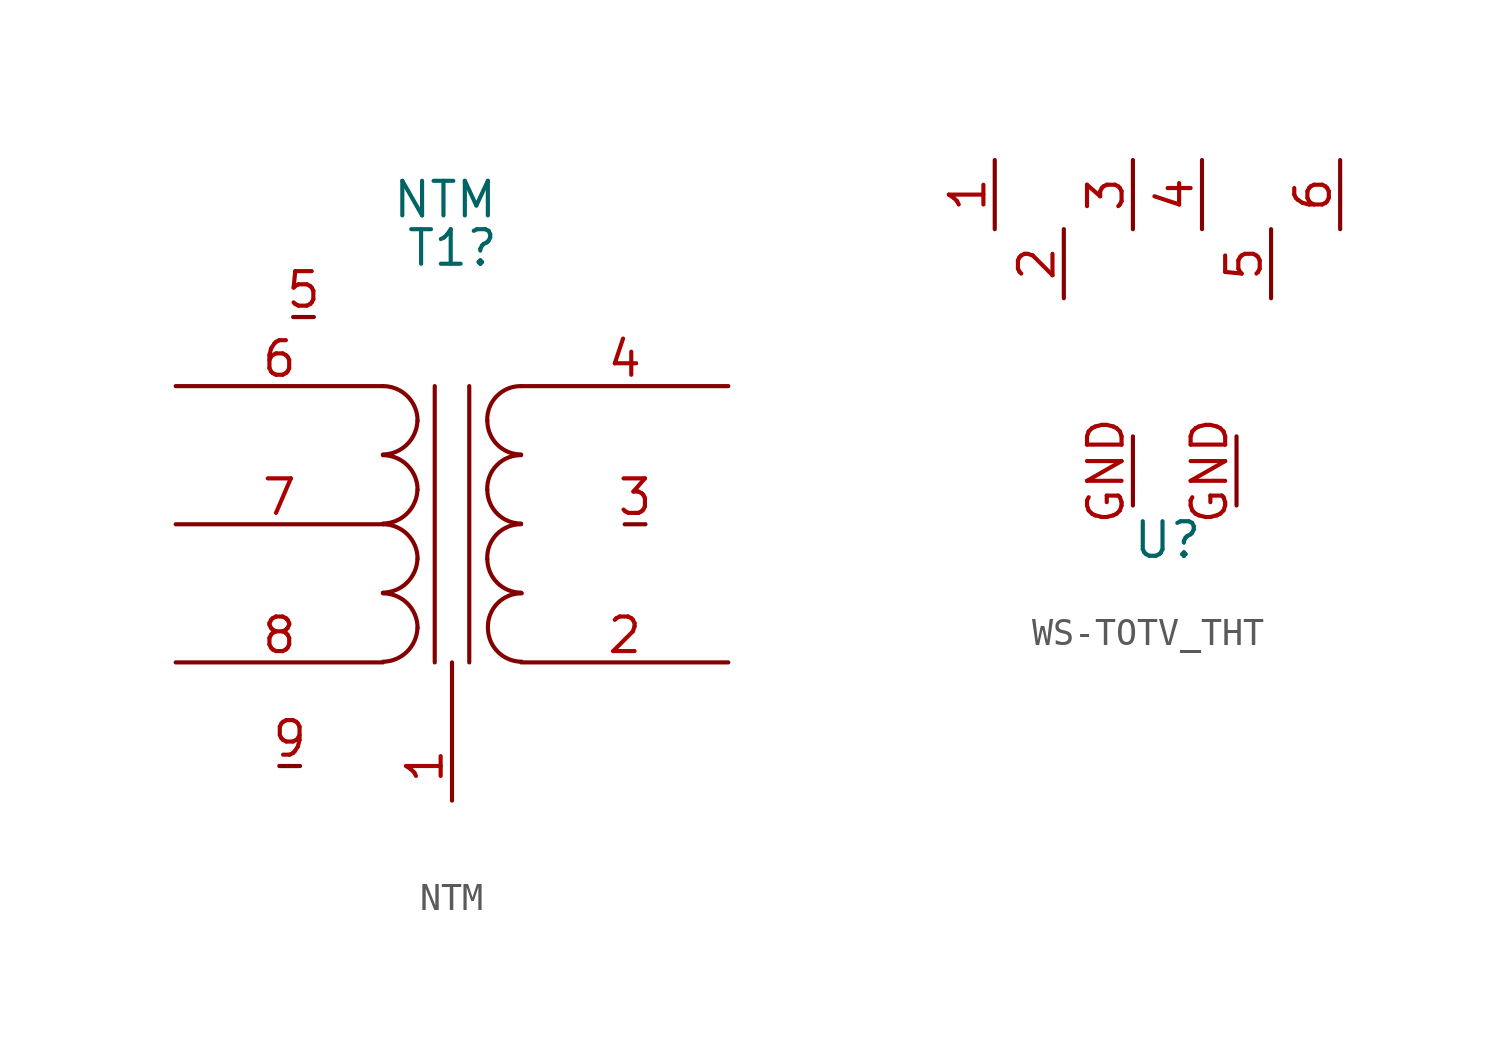
<source format=kicad_sym>
(kicad_symbol_lib
  (version 20231120)
  (generator "kicad_symbol_editor")
  (generator_version "8.0")
  (symbol "NTM"
    (pin_names
      (offset 1.016) hide)
    (property "Reference" "T1"
      (at 0.013 10.16 0)
      (effects (font (size 1.27 1.27))))
    (property "Value" "NTM"
      (at -0.254 11.938 0)
      (effects (font (size 1.27 1.27))))
    (symbol "NTM_0_1"
      (arc (start -2.54 -5.0546) (mid -1.6599 -4.6901) (end -1.27 -3.81) (stroke (width 0) (type default)) (fill (type none)))
      (arc (start -2.54 -2.5146) (mid -1.6599 -2.1501) (end -1.27 -1.27) (stroke (width 0) (type default)) (fill (type none)))
      (arc (start -2.54 0.0254) (mid -1.6599 0.3899) (end -1.27 1.27) (stroke (width 0) (type default)) (fill (type none)))
      (arc (start -2.54 2.5654) (mid -1.6599 2.9299) (end -1.27 3.81) (stroke (width 0) (type default)) (fill (type none)))
      (arc (start -1.27 -3.81) (mid -1.642 -2.912) (end -2.54 -2.54) (stroke (width 0) (type default)) (fill (type none)))
      (arc (start -1.27 -1.27) (mid -1.642 -0.372) (end -2.54 0) (stroke (width 0) (type default)) (fill (type none)))
      (arc (start -1.27 1.27) (mid -1.642 2.168) (end -2.54 2.54) (stroke (width 0) (type default)) (fill (type none)))
      (arc (start -1.27 3.81) (mid -1.642 4.708) (end -2.54 5.08) (stroke (width 0) (type default)) (fill (type none)))
      (polyline (pts (xy -0.635 5.08) (xy -0.635 -5.08)) (stroke (width 0) (type default)) (fill (type none)))
      (polyline (pts (xy 0.635 -5.08) (xy 0.635 5.08)) (stroke (width 0) (type default)) (fill (type none)))
      (polyline (pts (xy 0 -5.08) (xy 0 -6.35) (xy 0 -7.62)) (stroke (width 0) (type default)) (fill (type none)))
      (arc (start 1.2954 -1.27) (mid 1.6599 -2.1501) (end 2.54 -2.5146) (stroke (width 0) (type default)) (fill (type none)))
      (arc (start 1.2954 1.27) (mid 1.6599 0.3899) (end 2.54 0.0254) (stroke (width 0) (type default)) (fill (type none)))
      (arc (start 1.2954 3.81) (mid 1.6599 2.9299) (end 2.54 2.5654) (stroke (width 0) (type default)) (fill (type none)))
      (arc (start 1.3208 -3.81) (mid 1.6853 -4.6901) (end 2.5654 -5.0546) (stroke (width 0) (type default)) (fill (type none)))
      (arc (start 2.54 0) (mid 1.642 -0.372) (end 1.2954 -1.27) (stroke (width 0) (type default)) (fill (type none)))
      (arc (start 2.54 2.54) (mid 1.642 2.168) (end 1.2954 1.27) (stroke (width 0) (type default)) (fill (type none)))
      (arc (start 2.54 5.08) (mid 1.642 4.708) (end 1.2954 3.81) (stroke (width 0) (type default)) (fill (type none)))
      (arc (start 2.5654 -2.54) (mid 1.6674 -2.912) (end 1.3208 -3.81) (stroke (width 0) (type default)) (fill (type none))))
    (symbol "NTM_1_1"
      (pin passive line (at 0 -10.16 90) (length 2.54) (name "" (effects (font (size 1.27 1.27)))) (number "1" (effects (font (size 1.27 1.27)))))
      (pin passive line (at 10.16 -5.08 180) (length 7.62) (name "S1" (effects (font (size 1.27 1.27)))) (number "2" (effects (font (size 1.27 1.27)))))
      (pin passive line (at 7.112 0 180) (length 0.762) (name "SO1" (effects (font (size 1.27 1.27)))) (number "3" (effects (font (size 1.27 1.27)))))
      (pin passive line (at 10.16 5.08 180) (length 7.62) (name "S2" (effects (font (size 1.27 1.27)))) (number "4" (effects (font (size 1.27 1.27)))))
      (pin passive line (at -5.842 7.62 0) (length 0.762) (name "SO2" (effects (font (size 1.27 1.27)))) (number "5" (effects (font (size 1.27 1.27)))))
      (pin passive line (at -10.16 5.08 0) (length 7.62) (name "PR1" (effects (font (size 1.27 1.27)))) (number "6" (effects (font (size 1.27 1.27)))))
      (pin passive line (at -10.16 0 0) (length 7.62) (name "PM" (effects (font (size 1.27 1.27)))) (number "7" (effects (font (size 1.27 1.27)))))
      (pin passive line (at -10.16 -5.08 0) (length 7.62) (name "PR2" (effects (font (size 1.27 1.27)))) (number "8" (effects (font (size 1.27 1.27)))))
      (pin passive line (at -6.35 -8.89 0) (length 0.762) (name "SO3" (effects (font (size 1.27 1.27)))) (number "9" (effects (font (size 1.27 1.27)))))))
  (symbol "WS-TOTV_THT"
    (property "Reference" "U"
      (at 0 -5.08 0)
      (effects (font (size 1.27 1.27))))
    (property "Value" ""
      (at 0 -5.08 0)
      (effects (font (size 1.27 1.27))))
    (symbol "WS-TOTV_THT_1_1"
      (pin passive line (at -6.35 8.89 270) (length 2.54) (name "" (effects (font (size 1.27 1.27)))) (number "1" (effects (font (size 1.27 1.27)))))
      (pin input line (at -3.81 3.81 90) (length 2.54) (name "" (effects (font (size 1.27 1.27)))) (number "2" (effects (font (size 1.27 1.27)))))
      (pin passive line (at -1.27 8.89 270) (length 2.54) (name "" (effects (font (size 1.27 1.27)))) (number "3" (effects (font (size 1.27 1.27)))))
      (pin passive line (at 1.27 8.89 270) (length 2.54) (name "" (effects (font (size 1.27 1.27)))) (number "4" (effects (font (size 1.27 1.27)))))
      (pin input line (at 3.81 3.81 90) (length 2.54) (name "" (effects (font (size 1.27 1.27)))) (number "5" (effects (font (size 1.27 1.27)))))
      (pin passive line (at 6.35 8.89 270) (length 2.54) (name "" (effects (font (size 1.27 1.27)))) (number "6" (effects (font (size 1.27 1.27)))))
      (pin passive line (at -1.27 -3.81 90) (length 2.54) (name "" (effects (font (size 1.27 1.27)))) (number "GND" (effects (font (size 1.27 1.27)))))
      (pin passive line (at 2.54 -3.81 90) (length 2.54) (name "" (effects (font (size 1.27 1.27)))) (number "GND" (effects (font (size 1.27 1.27))))))))
</source>
